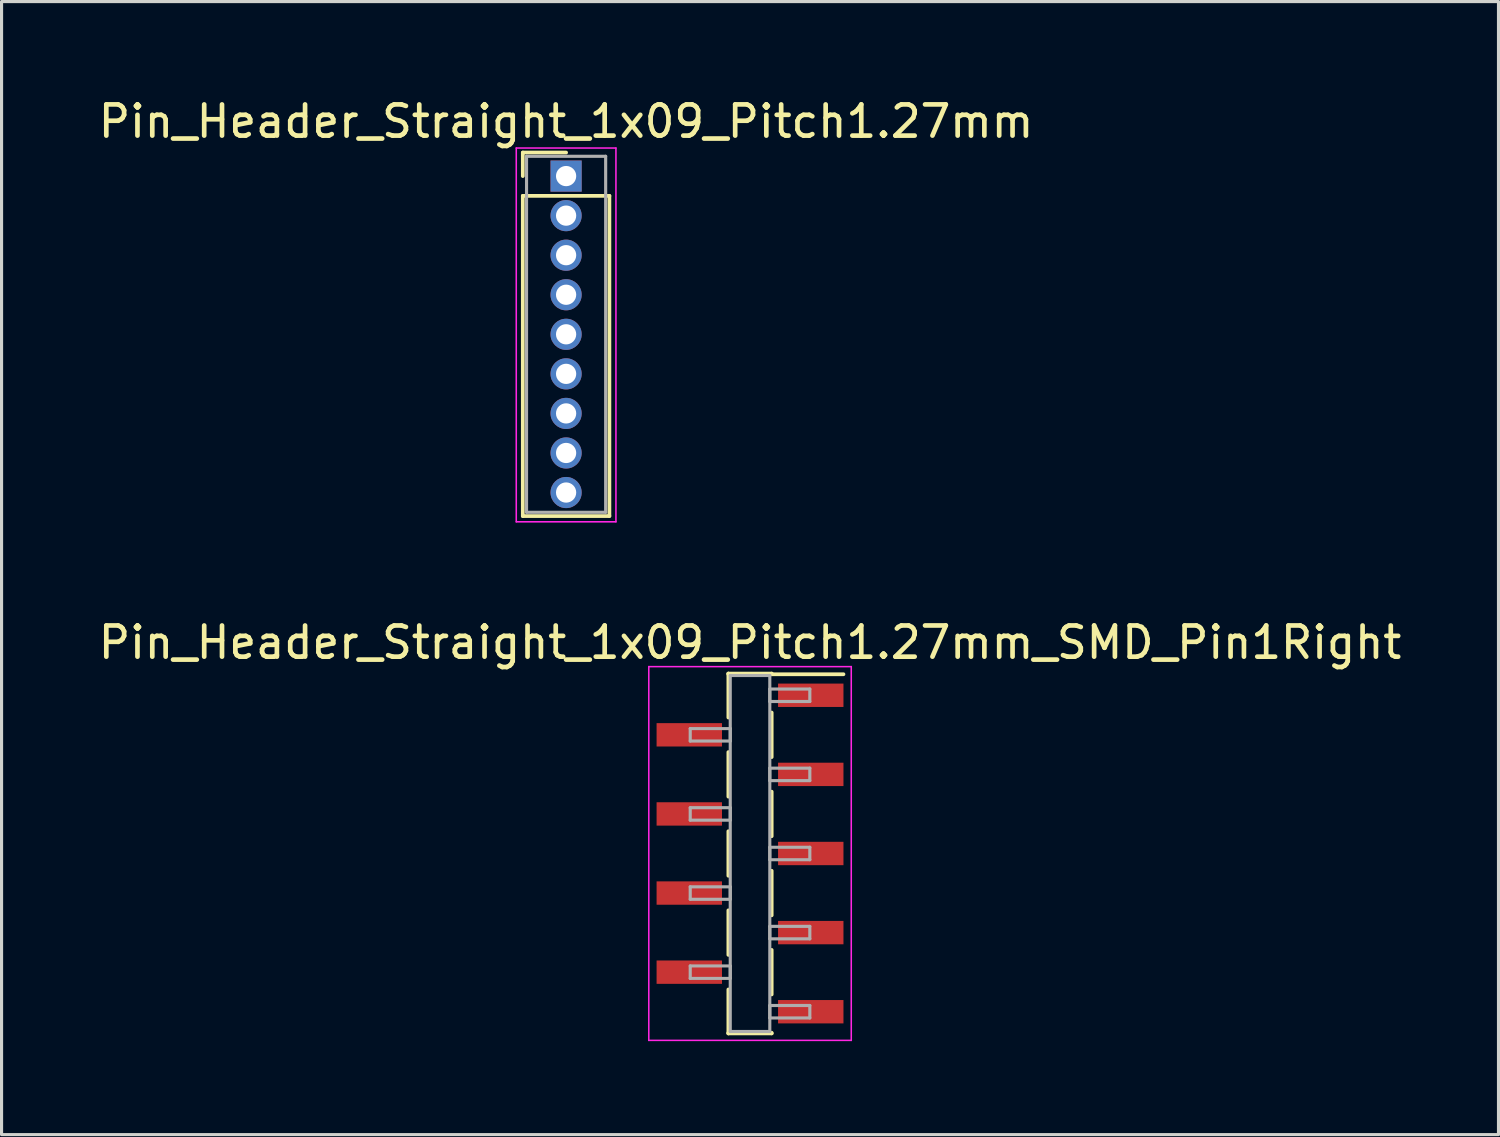
<source format=kicad_pcb>
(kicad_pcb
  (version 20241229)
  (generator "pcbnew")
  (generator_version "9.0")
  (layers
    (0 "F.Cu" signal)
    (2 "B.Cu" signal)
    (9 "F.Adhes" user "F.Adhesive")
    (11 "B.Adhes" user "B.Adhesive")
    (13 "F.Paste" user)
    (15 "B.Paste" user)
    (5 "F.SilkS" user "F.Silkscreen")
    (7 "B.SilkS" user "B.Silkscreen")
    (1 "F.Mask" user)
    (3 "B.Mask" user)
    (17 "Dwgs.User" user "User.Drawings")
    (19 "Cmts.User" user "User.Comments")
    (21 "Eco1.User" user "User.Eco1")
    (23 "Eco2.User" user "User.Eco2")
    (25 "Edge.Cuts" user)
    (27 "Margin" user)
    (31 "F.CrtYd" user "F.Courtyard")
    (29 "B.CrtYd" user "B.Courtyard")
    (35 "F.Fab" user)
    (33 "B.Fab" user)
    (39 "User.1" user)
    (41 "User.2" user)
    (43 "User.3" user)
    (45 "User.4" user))
  (footprint "Pin_Header_Straight_1x09_Pitch1.27mm"
    (layer "F.Cu")
    (at 15.125 2.603)
    (property "Reference" "Pin_Header_Straight_1x09_Pitch1.27mm" (at 0 -1.755 0) (layer "F.SilkS") (effects (font (size 1 1) (thickness 0.15))))
    (attr through_hole)
    (fp_line (start -1.39 -0.755) (end 0 -0.755) (stroke (width 0.12) (type solid)) (layer "F.SilkS"))
    (fp_line (start -1.39 0) (end -1.39 -0.755) (stroke (width 0.12) (type solid)) (layer "F.SilkS"))
    (fp_line (start -1.39 0.635) (end -1.39 10.915) (stroke (width 0.12) (type solid)) (layer "F.SilkS"))
    (fp_line (start -1.39 10.915) (end 1.39 10.915) (stroke (width 0.12) (type solid)) (layer "F.SilkS"))
    (fp_line (start 1.39 0.635) (end -1.39 0.635) (stroke (width 0.12) (type solid)) (layer "F.SilkS"))
    (fp_line (start 1.39 10.915) (end 1.39 0.635) (stroke (width 0.12) (type solid)) (layer "F.SilkS"))
    (fp_line (start -1.6 -0.9) (end -1.6 11.1) (stroke (width 0.05) (type solid)) (layer "F.CrtYd"))
    (fp_line (start -1.6 11.1) (end 1.6 11.1) (stroke (width 0.05) (type solid)) (layer "F.CrtYd"))
    (fp_line (start 1.6 -0.9) (end -1.6 -0.9) (stroke (width 0.05) (type solid)) (layer "F.CrtYd"))
    (fp_line (start 1.6 11.1) (end 1.6 -0.9) (stroke (width 0.05) (type solid)) (layer "F.CrtYd"))
    (fp_line (start -1.27 -0.635) (end -1.27 10.795) (stroke (width 0.1) (type solid)) (layer "F.Fab"))
    (fp_line (start -1.27 10.795) (end 1.27 10.795) (stroke (width 0.1) (type solid)) (layer "F.Fab"))
    (fp_line (start 1.27 -0.635) (end -1.27 -0.635) (stroke (width 0.1) (type solid)) (layer "F.Fab"))
    (fp_line (start 1.27 10.795) (end 1.27 -0.635) (stroke (width 0.1) (type solid)) (layer "F.Fab"))
    (pad "1" thru_hole rect (at 0 0) (size 1 1) (drill 0.65) (layers "*.Cu" "*.Mask"))
    (pad "2" thru_hole oval (at 0 1.27) (size 1 1) (drill 0.65) (layers "*.Cu" "*.Mask"))
    (pad "3" thru_hole oval (at 0 2.54) (size 1 1) (drill 0.65) (layers "*.Cu" "*.Mask"))
    (pad "4" thru_hole oval (at 0 3.81) (size 1 1) (drill 0.65) (layers "*.Cu" "*.Mask"))
    (pad "5" thru_hole oval (at 0 5.08) (size 1 1) (drill 0.65) (layers "*.Cu" "*.Mask"))
    (pad "6" thru_hole oval (at 0 6.35) (size 1 1) (drill 0.65) (layers "*.Cu" "*.Mask"))
    (pad "7" thru_hole oval (at 0 7.62) (size 1 1) (drill 0.65) (layers "*.Cu" "*.Mask"))
    (pad "8" thru_hole oval (at 0 8.89) (size 1 1) (drill 0.65) (layers "*.Cu" "*.Mask"))
    (pad "9" thru_hole oval (at 0 10.16) (size 1 1) (drill 0.65) (layers "*.Cu" "*.Mask")))
  (footprint "Pin_Header_Straight_1x09_Pitch1.27mm_SMD_Pin1Right"
    (layer "F.Cu")
    (at 21.03 24.352)
    (property "Reference" "Pin_Header_Straight_1x09_Pitch1.27mm_SMD_Pin1Right" (at 0 -6.775 0) (layer "F.SilkS") (effects (font (size 1 1) (thickness 0.15))))
    (attr smd)
    (fp_line (start -0.695 -5.775) (end -0.695 -4.365) (stroke (width 0.12) (type solid)) (layer "F.SilkS"))
    (fp_line (start -0.695 -5.775) (end 0.695 -5.775) (stroke (width 0.12) (type solid)) (layer "F.SilkS"))
    (fp_line (start -0.695 -5.755) (end -0.695 -5.775) (stroke (width 0.12) (type solid)) (layer "F.SilkS"))
    (fp_line (start -0.695 -3.255) (end -0.695 -1.825) (stroke (width 0.12) (type solid)) (layer "F.SilkS"))
    (fp_line (start -0.695 -0.715) (end -0.695 0.715) (stroke (width 0.12) (type solid)) (layer "F.SilkS"))
    (fp_line (start -0.695 1.825) (end -0.695 3.255) (stroke (width 0.12) (type solid)) (layer "F.SilkS"))
    (fp_line (start -0.695 4.365) (end -0.695 5.775) (stroke (width 0.12) (type solid)) (layer "F.SilkS"))
    (fp_line (start -0.695 5.755) (end -0.695 5.775) (stroke (width 0.12) (type solid)) (layer "F.SilkS"))
    (fp_line (start -0.695 5.775) (end 0.695 5.775) (stroke (width 0.12) (type solid)) (layer "F.SilkS"))
    (fp_line (start 0.695 -5.775) (end 0.695 -5.755) (stroke (width 0.12) (type solid)) (layer "F.SilkS"))
    (fp_line (start 0.695 -5.755) (end 3 -5.755) (stroke (width 0.12) (type solid)) (layer "F.SilkS"))
    (fp_line (start 0.695 -4.525) (end 0.695 -3.095) (stroke (width 0.12) (type solid)) (layer "F.SilkS"))
    (fp_line (start 0.695 -1.985) (end 0.695 -0.555) (stroke (width 0.12) (type solid)) (layer "F.SilkS"))
    (fp_line (start 0.695 0.555) (end 0.695 1.985) (stroke (width 0.12) (type solid)) (layer "F.SilkS"))
    (fp_line (start 0.695 3.095) (end 0.695 4.525) (stroke (width 0.12) (type solid)) (layer "F.SilkS"))
    (fp_line (start 0.695 5.775) (end 0.695 5.755) (stroke (width 0.12) (type solid)) (layer "F.SilkS"))
    (fp_line (start -3.25 -6) (end -3.25 6) (stroke (width 0.05) (type solid)) (layer "F.CrtYd"))
    (fp_line (start -3.25 6) (end 3.25 6) (stroke (width 0.05) (type solid)) (layer "F.CrtYd"))
    (fp_line (start 3.25 -6) (end -3.25 -6) (stroke (width 0.05) (type solid)) (layer "F.CrtYd"))
    (fp_line (start 3.25 6) (end 3.25 -6) (stroke (width 0.05) (type solid)) (layer "F.CrtYd"))
    (fp_line (start -1.92 -4.01) (end -0.635 -4.01) (stroke (width 0.1) (type solid)) (layer "F.Fab"))
    (fp_line (start -1.92 -3.61) (end -1.92 -4.01) (stroke (width 0.1) (type solid)) (layer "F.Fab"))
    (fp_line (start -1.92 -1.47) (end -0.635 -1.47) (stroke (width 0.1) (type solid)) (layer "F.Fab"))
    (fp_line (start -1.92 -1.07) (end -1.92 -1.47) (stroke (width 0.1) (type solid)) (layer "F.Fab"))
    (fp_line (start -1.92 1.07) (end -0.635 1.07) (stroke (width 0.1) (type solid)) (layer "F.Fab"))
    (fp_line (start -1.92 1.47) (end -1.92 1.07) (stroke (width 0.1) (type solid)) (layer "F.Fab"))
    (fp_line (start -1.92 3.61) (end -0.635 3.61) (stroke (width 0.1) (type solid)) (layer "F.Fab"))
    (fp_line (start -1.92 4.01) (end -1.92 3.61) (stroke (width 0.1) (type solid)) (layer "F.Fab"))
    (fp_line (start -0.635 -5.715) (end -0.635 5.715) (stroke (width 0.1) (type solid)) (layer "F.Fab"))
    (fp_line (start -0.635 -4.01) (end -0.635 -3.61) (stroke (width 0.1) (type solid)) (layer "F.Fab"))
    (fp_line (start -0.635 -3.61) (end -1.92 -3.61) (stroke (width 0.1) (type solid)) (layer "F.Fab"))
    (fp_line (start -0.635 -1.47) (end -0.635 -1.07) (stroke (width 0.1) (type solid)) (layer "F.Fab"))
    (fp_line (start -0.635 -1.07) (end -1.92 -1.07) (stroke (width 0.1) (type solid)) (layer "F.Fab"))
    (fp_line (start -0.635 1.07) (end -0.635 1.47) (stroke (width 0.1) (type solid)) (layer "F.Fab"))
    (fp_line (start -0.635 1.47) (end -1.92 1.47) (stroke (width 0.1) (type solid)) (layer "F.Fab"))
    (fp_line (start -0.635 3.61) (end -0.635 4.01) (stroke (width 0.1) (type solid)) (layer "F.Fab"))
    (fp_line (start -0.635 4.01) (end -1.92 4.01) (stroke (width 0.1) (type solid)) (layer "F.Fab"))
    (fp_line (start -0.635 5.715) (end 0.635 5.715) (stroke (width 0.1) (type solid)) (layer "F.Fab"))
    (fp_line (start 0.635 -5.715) (end -0.635 -5.715) (stroke (width 0.1) (type solid)) (layer "F.Fab"))
    (fp_line (start 0.635 -5.28) (end 0.635 -4.88) (stroke (width 0.1) (type solid)) (layer "F.Fab"))
    (fp_line (start 0.635 -4.88) (end 1.92 -4.88) (stroke (width 0.1) (type solid)) (layer "F.Fab"))
    (fp_line (start 0.635 -2.74) (end 0.635 -2.34) (stroke (width 0.1) (type solid)) (layer "F.Fab"))
    (fp_line (start 0.635 -2.34) (end 1.92 -2.34) (stroke (width 0.1) (type solid)) (layer "F.Fab"))
    (fp_line (start 0.635 -0.2) (end 0.635 0.2) (stroke (width 0.1) (type solid)) (layer "F.Fab"))
    (fp_line (start 0.635 0.2) (end 1.92 0.2) (stroke (width 0.1) (type solid)) (layer "F.Fab"))
    (fp_line (start 0.635 2.34) (end 0.635 2.74) (stroke (width 0.1) (type solid)) (layer "F.Fab"))
    (fp_line (start 0.635 2.74) (end 1.92 2.74) (stroke (width 0.1) (type solid)) (layer "F.Fab"))
    (fp_line (start 0.635 4.88) (end 0.635 5.28) (stroke (width 0.1) (type solid)) (layer "F.Fab"))
    (fp_line (start 0.635 5.28) (end 1.92 5.28) (stroke (width 0.1) (type solid)) (layer "F.Fab"))
    (fp_line (start 0.635 5.715) (end 0.635 -5.715) (stroke (width 0.1) (type solid)) (layer "F.Fab"))
    (fp_line (start 1.92 -5.28) (end 0.635 -5.28) (stroke (width 0.1) (type solid)) (layer "F.Fab"))
    (fp_line (start 1.92 -4.88) (end 1.92 -5.28) (stroke (width 0.1) (type solid)) (layer "F.Fab"))
    (fp_line (start 1.92 -2.74) (end 0.635 -2.74) (stroke (width 0.1) (type solid)) (layer "F.Fab"))
    (fp_line (start 1.92 -2.34) (end 1.92 -2.74) (stroke (width 0.1) (type solid)) (layer "F.Fab"))
    (fp_line (start 1.92 -0.2) (end 0.635 -0.2) (stroke (width 0.1) (type solid)) (layer "F.Fab"))
    (fp_line (start 1.92 0.2) (end 1.92 -0.2) (stroke (width 0.1) (type solid)) (layer "F.Fab"))
    (fp_line (start 1.92 2.34) (end 0.635 2.34) (stroke (width 0.1) (type solid)) (layer "F.Fab"))
    (fp_line (start 1.92 2.74) (end 1.92 2.34) (stroke (width 0.1) (type solid)) (layer "F.Fab"))
    (fp_line (start 1.92 4.88) (end 0.635 4.88) (stroke (width 0.1) (type solid)) (layer "F.Fab"))
    (fp_line (start 1.92 5.28) (end 1.92 4.88) (stroke (width 0.1) (type solid)) (layer "F.Fab"))
    (pad "1" smd rect (at 1.95 -5.08) (size 2.1 0.75) (layers "F.Cu" "F.Mask"))
    (pad "2" smd rect (at -1.95 -3.81) (size 2.1 0.75) (layers "F.Cu" "F.Mask"))
    (pad "3" smd rect (at 1.95 -2.54) (size 2.1 0.75) (layers "F.Cu" "F.Mask"))
    (pad "4" smd rect (at -1.95 -1.27) (size 2.1 0.75) (layers "F.Cu" "F.Mask"))
    (pad "5" smd rect (at 1.95 0) (size 2.1 0.75) (layers "F.Cu" "F.Mask"))
    (pad "6" smd rect (at -1.95 1.27) (size 2.1 0.75) (layers "F.Cu" "F.Mask"))
    (pad "7" smd rect (at 1.95 2.54) (size 2.1 0.75) (layers "F.Cu" "F.Mask"))
    (pad "8" smd rect (at -1.95 3.81) (size 2.1 0.75) (layers "F.Cu" "F.Mask"))
    (pad "9" smd rect (at 1.95 5.08) (size 2.1 0.75) (layers "F.Cu" "F.Mask")))
  (gr_rect
    (start -3 -3)
    (end 45.06 33.377)
    (stroke (width 0.1) (type default))
    (fill no)
    (layer "Edge.Cuts")))
</source>
